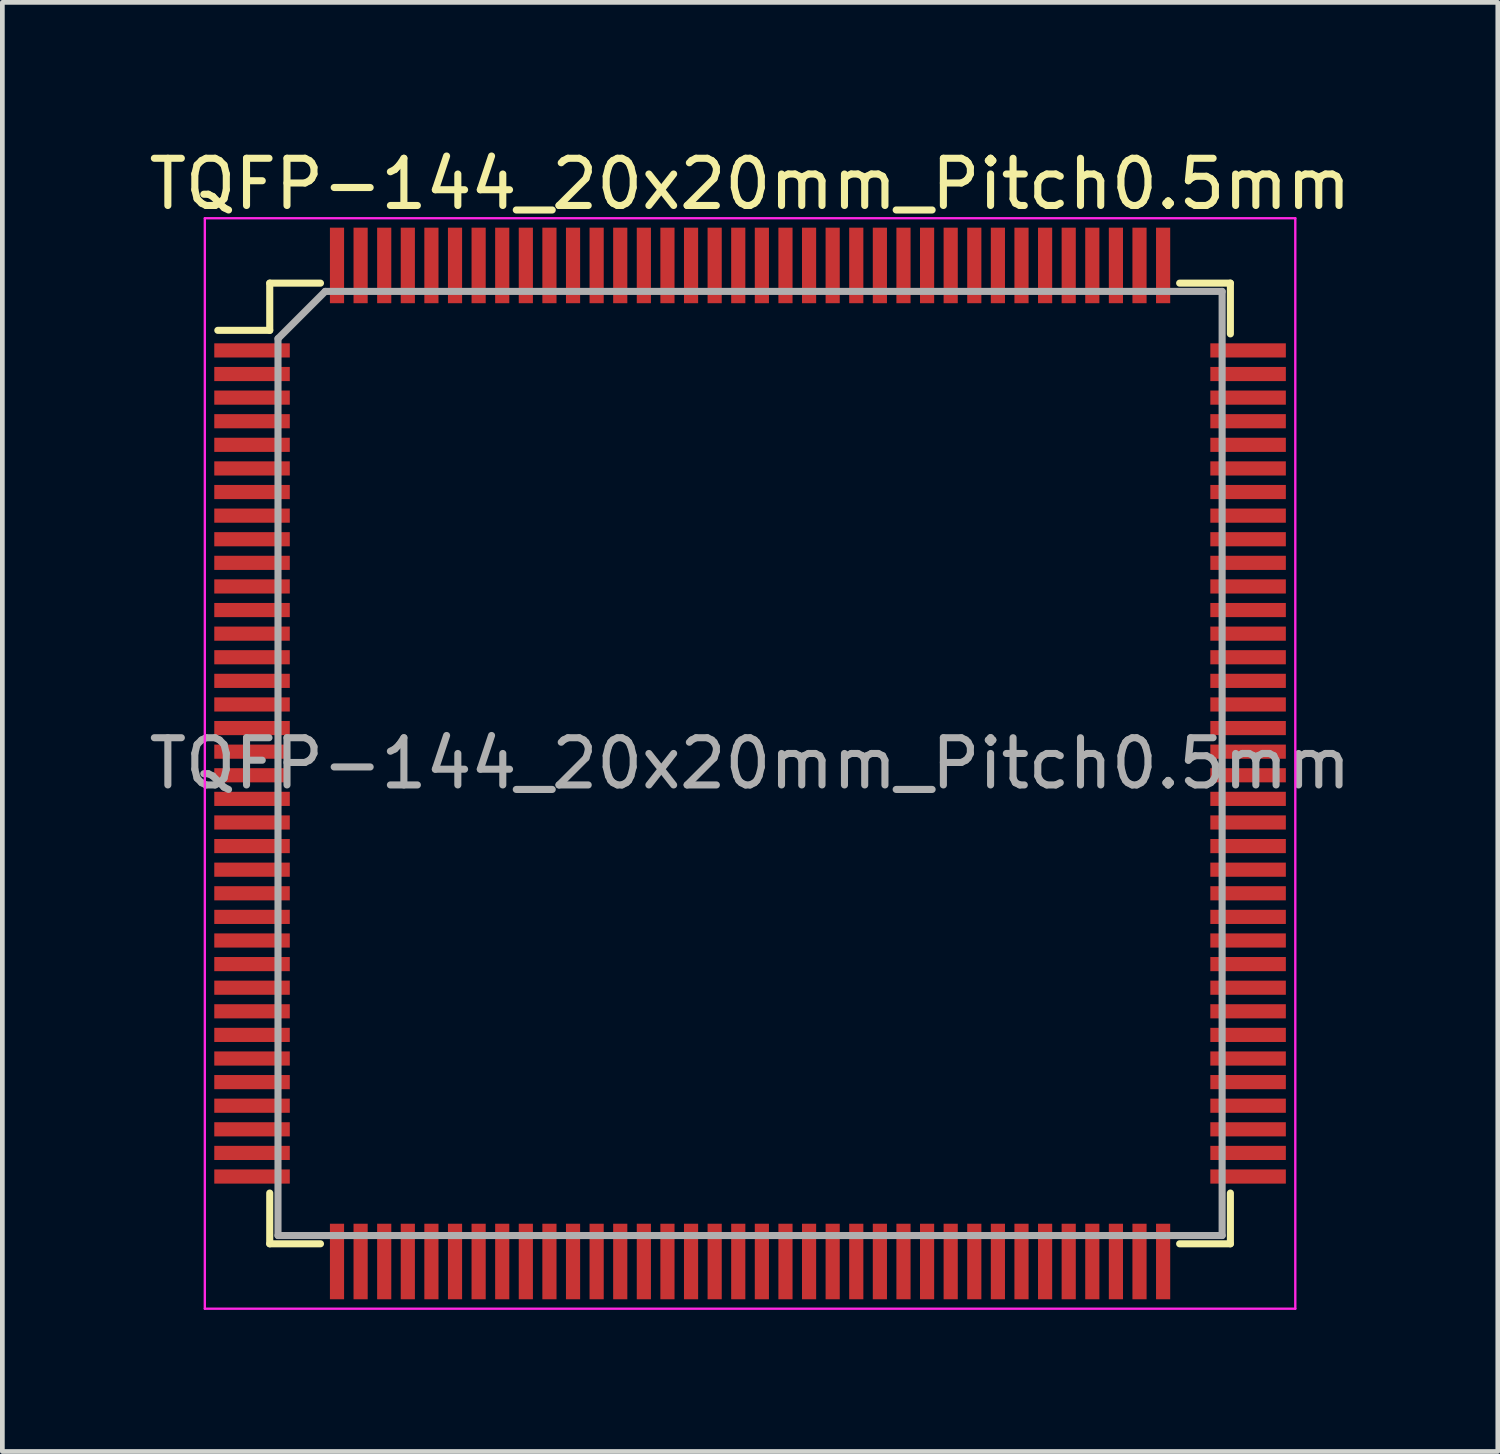
<source format=kicad_pcb>
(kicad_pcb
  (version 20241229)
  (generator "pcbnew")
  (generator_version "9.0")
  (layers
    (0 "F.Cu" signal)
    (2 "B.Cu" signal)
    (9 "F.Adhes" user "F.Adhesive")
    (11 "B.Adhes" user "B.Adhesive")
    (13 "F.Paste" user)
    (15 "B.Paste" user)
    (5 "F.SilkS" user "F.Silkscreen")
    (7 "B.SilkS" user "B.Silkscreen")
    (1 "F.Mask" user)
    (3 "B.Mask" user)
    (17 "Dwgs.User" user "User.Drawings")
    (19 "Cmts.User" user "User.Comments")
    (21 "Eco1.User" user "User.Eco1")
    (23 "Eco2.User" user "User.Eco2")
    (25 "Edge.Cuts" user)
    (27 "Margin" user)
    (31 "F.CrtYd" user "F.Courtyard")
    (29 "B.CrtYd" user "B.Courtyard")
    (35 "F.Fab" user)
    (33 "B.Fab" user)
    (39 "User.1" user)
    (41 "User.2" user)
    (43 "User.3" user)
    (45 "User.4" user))
  (footprint "TQFP-144_20x20mm_Pitch0.5mm"
    (layer "F.Cu")
    (at 12.839 13.123)
    (property "Reference" "TQFP-144_20x20mm_Pitch0.5mm" (at 0 -12.275 0) (layer "F.SilkS") (effects (font (size 1 1) (thickness 0.15))))
    (attr smd)
    (fp_line (start -10.175 -10.175) (end -10.175 -9.175) (stroke (width 0.15) (type solid)) (layer "F.SilkS"))
    (fp_line (start -10.175 -10.175) (end -9.1 -10.175) (stroke (width 0.15) (type solid)) (layer "F.SilkS"))
    (fp_line (start -10.175 -9.175) (end -11.275 -9.175) (stroke (width 0.15) (type solid)) (layer "F.SilkS"))
    (fp_line (start -10.175 10.175) (end -10.175 9.1) (stroke (width 0.15) (type solid)) (layer "F.SilkS"))
    (fp_line (start -10.175 10.175) (end -9.1 10.175) (stroke (width 0.15) (type solid)) (layer "F.SilkS"))
    (fp_line (start 10.175 -10.175) (end 9.1 -10.175) (stroke (width 0.15) (type solid)) (layer "F.SilkS"))
    (fp_line (start 10.175 -10.175) (end 10.175 -9.1) (stroke (width 0.15) (type solid)) (layer "F.SilkS"))
    (fp_line (start 10.175 10.175) (end 9.1 10.175) (stroke (width 0.15) (type solid)) (layer "F.SilkS"))
    (fp_line (start 10.175 10.175) (end 10.175 9.1) (stroke (width 0.15) (type solid)) (layer "F.SilkS"))
    (fp_line (start -11.55 -11.55) (end -11.55 11.55) (stroke (width 0.05) (type solid)) (layer "F.CrtYd"))
    (fp_line (start -11.55 -11.55) (end 11.55 -11.55) (stroke (width 0.05) (type solid)) (layer "F.CrtYd"))
    (fp_line (start -11.55 11.55) (end 11.55 11.55) (stroke (width 0.05) (type solid)) (layer "F.CrtYd"))
    (fp_line (start 11.55 -11.55) (end 11.55 11.55) (stroke (width 0.05) (type solid)) (layer "F.CrtYd"))
    (fp_line (start -10 -9) (end -9 -10) (stroke (width 0.15) (type solid)) (layer "F.Fab"))
    (fp_line (start -10 10) (end -10 -9) (stroke (width 0.15) (type solid)) (layer "F.Fab"))
    (fp_line (start -9 -10) (end 10 -10) (stroke (width 0.15) (type solid)) (layer "F.Fab"))
    (fp_line (start 10 -10) (end 10 10) (stroke (width 0.15) (type solid)) (layer "F.Fab"))
    (fp_line (start 10 10) (end -10 10) (stroke (width 0.15) (type solid)) (layer "F.Fab"))
    (fp_text user "${REFERENCE}" (at 0 0 0) (layer "F.Fab") (effects (font (size 1 1) (thickness 0.15))))
    (pad "1" smd rect (at -10.55 -8.75) (size 1.6 0.3) (layers "F.Cu" "F.Mask" "F.Paste"))
    (pad "2" smd rect (at -10.55 -8.25) (size 1.6 0.3) (layers "F.Cu" "F.Mask" "F.Paste"))
    (pad "3" smd rect (at -10.55 -7.75) (size 1.6 0.3) (layers "F.Cu" "F.Mask" "F.Paste"))
    (pad "4" smd rect (at -10.55 -7.25) (size 1.6 0.3) (layers "F.Cu" "F.Mask" "F.Paste"))
    (pad "5" smd rect (at -10.55 -6.75) (size 1.6 0.3) (layers "F.Cu" "F.Mask" "F.Paste"))
    (pad "6" smd rect (at -10.55 -6.25) (size 1.6 0.3) (layers "F.Cu" "F.Mask" "F.Paste"))
    (pad "7" smd rect (at -10.55 -5.75) (size 1.6 0.3) (layers "F.Cu" "F.Mask" "F.Paste"))
    (pad "8" smd rect (at -10.55 -5.25) (size 1.6 0.3) (layers "F.Cu" "F.Mask" "F.Paste"))
    (pad "9" smd rect (at -10.55 -4.75) (size 1.6 0.3) (layers "F.Cu" "F.Mask" "F.Paste"))
    (pad "10" smd rect (at -10.55 -4.25) (size 1.6 0.3) (layers "F.Cu" "F.Mask" "F.Paste"))
    (pad "11" smd rect (at -10.55 -3.75) (size 1.6 0.3) (layers "F.Cu" "F.Mask" "F.Paste"))
    (pad "12" smd rect (at -10.55 -3.25) (size 1.6 0.3) (layers "F.Cu" "F.Mask" "F.Paste"))
    (pad "13" smd rect (at -10.55 -2.75) (size 1.6 0.3) (layers "F.Cu" "F.Mask" "F.Paste"))
    (pad "14" smd rect (at -10.55 -2.25) (size 1.6 0.3) (layers "F.Cu" "F.Mask" "F.Paste"))
    (pad "15" smd rect (at -10.55 -1.75) (size 1.6 0.3) (layers "F.Cu" "F.Mask" "F.Paste"))
    (pad "16" smd rect (at -10.55 -1.25) (size 1.6 0.3) (layers "F.Cu" "F.Mask" "F.Paste"))
    (pad "17" smd rect (at -10.55 -0.75) (size 1.6 0.3) (layers "F.Cu" "F.Mask" "F.Paste"))
    (pad "18" smd rect (at -10.55 -0.25) (size 1.6 0.3) (layers "F.Cu" "F.Mask" "F.Paste"))
    (pad "19" smd rect (at -10.55 0.25) (size 1.6 0.3) (layers "F.Cu" "F.Mask" "F.Paste"))
    (pad "20" smd rect (at -10.55 0.75) (size 1.6 0.3) (layers "F.Cu" "F.Mask" "F.Paste"))
    (pad "21" smd rect (at -10.55 1.25) (size 1.6 0.3) (layers "F.Cu" "F.Mask" "F.Paste"))
    (pad "22" smd rect (at -10.55 1.75) (size 1.6 0.3) (layers "F.Cu" "F.Mask" "F.Paste"))
    (pad "23" smd rect (at -10.55 2.25) (size 1.6 0.3) (layers "F.Cu" "F.Mask" "F.Paste"))
    (pad "24" smd rect (at -10.55 2.75) (size 1.6 0.3) (layers "F.Cu" "F.Mask" "F.Paste"))
    (pad "25" smd rect (at -10.55 3.25) (size 1.6 0.3) (layers "F.Cu" "F.Mask" "F.Paste"))
    (pad "26" smd rect (at -10.55 3.75) (size 1.6 0.3) (layers "F.Cu" "F.Mask" "F.Paste"))
    (pad "27" smd rect (at -10.55 4.25) (size 1.6 0.3) (layers "F.Cu" "F.Mask" "F.Paste"))
    (pad "28" smd rect (at -10.55 4.75) (size 1.6 0.3) (layers "F.Cu" "F.Mask" "F.Paste"))
    (pad "29" smd rect (at -10.55 5.25) (size 1.6 0.3) (layers "F.Cu" "F.Mask" "F.Paste"))
    (pad "30" smd rect (at -10.55 5.75) (size 1.6 0.3) (layers "F.Cu" "F.Mask" "F.Paste"))
    (pad "31" smd rect (at -10.55 6.25) (size 1.6 0.3) (layers "F.Cu" "F.Mask" "F.Paste"))
    (pad "32" smd rect (at -10.55 6.75) (size 1.6 0.3) (layers "F.Cu" "F.Mask" "F.Paste"))
    (pad "33" smd rect (at -10.55 7.25) (size 1.6 0.3) (layers "F.Cu" "F.Mask" "F.Paste"))
    (pad "34" smd rect (at -10.55 7.75) (size 1.6 0.3) (layers "F.Cu" "F.Mask" "F.Paste"))
    (pad "35" smd rect (at -10.55 8.25) (size 1.6 0.3) (layers "F.Cu" "F.Mask" "F.Paste"))
    (pad "36" smd rect (at -10.55 8.75) (size 1.6 0.3) (layers "F.Cu" "F.Mask" "F.Paste"))
    (pad "37" smd rect (at -8.75 10.55 90) (size 1.6 0.3) (layers "F.Cu" "F.Mask" "F.Paste"))
    (pad "38" smd rect (at -8.25 10.55 90) (size 1.6 0.3) (layers "F.Cu" "F.Mask" "F.Paste"))
    (pad "39" smd rect (at -7.75 10.55 90) (size 1.6 0.3) (layers "F.Cu" "F.Mask" "F.Paste"))
    (pad "40" smd rect (at -7.25 10.55 90) (size 1.6 0.3) (layers "F.Cu" "F.Mask" "F.Paste"))
    (pad "41" smd rect (at -6.75 10.55 90) (size 1.6 0.3) (layers "F.Cu" "F.Mask" "F.Paste"))
    (pad "42" smd rect (at -6.25 10.55 90) (size 1.6 0.3) (layers "F.Cu" "F.Mask" "F.Paste"))
    (pad "43" smd rect (at -5.75 10.55 90) (size 1.6 0.3) (layers "F.Cu" "F.Mask" "F.Paste"))
    (pad "44" smd rect (at -5.25 10.55 90) (size 1.6 0.3) (layers "F.Cu" "F.Mask" "F.Paste"))
    (pad "45" smd rect (at -4.75 10.55 90) (size 1.6 0.3) (layers "F.Cu" "F.Mask" "F.Paste"))
    (pad "46" smd rect (at -4.25 10.55 90) (size 1.6 0.3) (layers "F.Cu" "F.Mask" "F.Paste"))
    (pad "47" smd rect (at -3.75 10.55 90) (size 1.6 0.3) (layers "F.Cu" "F.Mask" "F.Paste"))
    (pad "48" smd rect (at -3.25 10.55 90) (size 1.6 0.3) (layers "F.Cu" "F.Mask" "F.Paste"))
    (pad "49" smd rect (at -2.75 10.55 90) (size 1.6 0.3) (layers "F.Cu" "F.Mask" "F.Paste"))
    (pad "50" smd rect (at -2.25 10.55 90) (size 1.6 0.3) (layers "F.Cu" "F.Mask" "F.Paste"))
    (pad "51" smd rect (at -1.75 10.55 90) (size 1.6 0.3) (layers "F.Cu" "F.Mask" "F.Paste"))
    (pad "52" smd rect (at -1.25 10.55 90) (size 1.6 0.3) (layers "F.Cu" "F.Mask" "F.Paste"))
    (pad "53" smd rect (at -0.75 10.55 90) (size 1.6 0.3) (layers "F.Cu" "F.Mask" "F.Paste"))
    (pad "54" smd rect (at -0.25 10.55 90) (size 1.6 0.3) (layers "F.Cu" "F.Mask" "F.Paste"))
    (pad "55" smd rect (at 0.25 10.55 90) (size 1.6 0.3) (layers "F.Cu" "F.Mask" "F.Paste"))
    (pad "56" smd rect (at 0.75 10.55 90) (size 1.6 0.3) (layers "F.Cu" "F.Mask" "F.Paste"))
    (pad "57" smd rect (at 1.25 10.55 90) (size 1.6 0.3) (layers "F.Cu" "F.Mask" "F.Paste"))
    (pad "58" smd rect (at 1.75 10.55 90) (size 1.6 0.3) (layers "F.Cu" "F.Mask" "F.Paste"))
    (pad "59" smd rect (at 2.25 10.55 90) (size 1.6 0.3) (layers "F.Cu" "F.Mask" "F.Paste"))
    (pad "60" smd rect (at 2.75 10.55 90) (size 1.6 0.3) (layers "F.Cu" "F.Mask" "F.Paste"))
    (pad "61" smd rect (at 3.25 10.55 90) (size 1.6 0.3) (layers "F.Cu" "F.Mask" "F.Paste"))
    (pad "62" smd rect (at 3.75 10.55 90) (size 1.6 0.3) (layers "F.Cu" "F.Mask" "F.Paste"))
    (pad "63" smd rect (at 4.25 10.55 90) (size 1.6 0.3) (layers "F.Cu" "F.Mask" "F.Paste"))
    (pad "64" smd rect (at 4.75 10.55 90) (size 1.6 0.3) (layers "F.Cu" "F.Mask" "F.Paste"))
    (pad "65" smd rect (at 5.25 10.55 90) (size 1.6 0.3) (layers "F.Cu" "F.Mask" "F.Paste"))
    (pad "66" smd rect (at 5.75 10.55 90) (size 1.6 0.3) (layers "F.Cu" "F.Mask" "F.Paste"))
    (pad "67" smd rect (at 6.25 10.55 90) (size 1.6 0.3) (layers "F.Cu" "F.Mask" "F.Paste"))
    (pad "68" smd rect (at 6.75 10.55 90) (size 1.6 0.3) (layers "F.Cu" "F.Mask" "F.Paste"))
    (pad "69" smd rect (at 7.25 10.55 90) (size 1.6 0.3) (layers "F.Cu" "F.Mask" "F.Paste"))
    (pad "70" smd rect (at 7.75 10.55 90) (size 1.6 0.3) (layers "F.Cu" "F.Mask" "F.Paste"))
    (pad "71" smd rect (at 8.25 10.55 90) (size 1.6 0.3) (layers "F.Cu" "F.Mask" "F.Paste"))
    (pad "72" smd rect (at 8.75 10.55 90) (size 1.6 0.3) (layers "F.Cu" "F.Mask" "F.Paste"))
    (pad "73" smd rect (at 10.55 8.75) (size 1.6 0.3) (layers "F.Cu" "F.Mask" "F.Paste"))
    (pad "74" smd rect (at 10.55 8.25) (size 1.6 0.3) (layers "F.Cu" "F.Mask" "F.Paste"))
    (pad "75" smd rect (at 10.55 7.75) (size 1.6 0.3) (layers "F.Cu" "F.Mask" "F.Paste"))
    (pad "76" smd rect (at 10.55 7.25) (size 1.6 0.3) (layers "F.Cu" "F.Mask" "F.Paste"))
    (pad "77" smd rect (at 10.55 6.75) (size 1.6 0.3) (layers "F.Cu" "F.Mask" "F.Paste"))
    (pad "78" smd rect (at 10.55 6.25) (size 1.6 0.3) (layers "F.Cu" "F.Mask" "F.Paste"))
    (pad "79" smd rect (at 10.55 5.75) (size 1.6 0.3) (layers "F.Cu" "F.Mask" "F.Paste"))
    (pad "80" smd rect (at 10.55 5.25) (size 1.6 0.3) (layers "F.Cu" "F.Mask" "F.Paste"))
    (pad "81" smd rect (at 10.55 4.75) (size 1.6 0.3) (layers "F.Cu" "F.Mask" "F.Paste"))
    (pad "82" smd rect (at 10.55 4.25) (size 1.6 0.3) (layers "F.Cu" "F.Mask" "F.Paste"))
    (pad "83" smd rect (at 10.55 3.75) (size 1.6 0.3) (layers "F.Cu" "F.Mask" "F.Paste"))
    (pad "84" smd rect (at 10.55 3.25) (size 1.6 0.3) (layers "F.Cu" "F.Mask" "F.Paste"))
    (pad "85" smd rect (at 10.55 2.75) (size 1.6 0.3) (layers "F.Cu" "F.Mask" "F.Paste"))
    (pad "86" smd rect (at 10.55 2.25) (size 1.6 0.3) (layers "F.Cu" "F.Mask" "F.Paste"))
    (pad "87" smd rect (at 10.55 1.75) (size 1.6 0.3) (layers "F.Cu" "F.Mask" "F.Paste"))
    (pad "88" smd rect (at 10.55 1.25) (size 1.6 0.3) (layers "F.Cu" "F.Mask" "F.Paste"))
    (pad "89" smd rect (at 10.55 0.75) (size 1.6 0.3) (layers "F.Cu" "F.Mask" "F.Paste"))
    (pad "90" smd rect (at 10.55 0.25) (size 1.6 0.3) (layers "F.Cu" "F.Mask" "F.Paste"))
    (pad "91" smd rect (at 10.55 -0.25) (size 1.6 0.3) (layers "F.Cu" "F.Mask" "F.Paste"))
    (pad "92" smd rect (at 10.55 -0.75) (size 1.6 0.3) (layers "F.Cu" "F.Mask" "F.Paste"))
    (pad "93" smd rect (at 10.55 -1.25) (size 1.6 0.3) (layers "F.Cu" "F.Mask" "F.Paste"))
    (pad "94" smd rect (at 10.55 -1.75) (size 1.6 0.3) (layers "F.Cu" "F.Mask" "F.Paste"))
    (pad "95" smd rect (at 10.55 -2.25) (size 1.6 0.3) (layers "F.Cu" "F.Mask" "F.Paste"))
    (pad "96" smd rect (at 10.55 -2.75) (size 1.6 0.3) (layers "F.Cu" "F.Mask" "F.Paste"))
    (pad "97" smd rect (at 10.55 -3.25) (size 1.6 0.3) (layers "F.Cu" "F.Mask" "F.Paste"))
    (pad "98" smd rect (at 10.55 -3.75) (size 1.6 0.3) (layers "F.Cu" "F.Mask" "F.Paste"))
    (pad "99" smd rect (at 10.55 -4.25) (size 1.6 0.3) (layers "F.Cu" "F.Mask" "F.Paste"))
    (pad "100" smd rect (at 10.55 -4.75) (size 1.6 0.3) (layers "F.Cu" "F.Mask" "F.Paste"))
    (pad "101" smd rect (at 10.55 -5.25) (size 1.6 0.3) (layers "F.Cu" "F.Mask" "F.Paste"))
    (pad "102" smd rect (at 10.55 -5.75) (size 1.6 0.3) (layers "F.Cu" "F.Mask" "F.Paste"))
    (pad "103" smd rect (at 10.55 -6.25) (size 1.6 0.3) (layers "F.Cu" "F.Mask" "F.Paste"))
    (pad "104" smd rect (at 10.55 -6.75) (size 1.6 0.3) (layers "F.Cu" "F.Mask" "F.Paste"))
    (pad "105" smd rect (at 10.55 -7.25) (size 1.6 0.3) (layers "F.Cu" "F.Mask" "F.Paste"))
    (pad "106" smd rect (at 10.55 -7.75) (size 1.6 0.3) (layers "F.Cu" "F.Mask" "F.Paste"))
    (pad "107" smd rect (at 10.55 -8.25) (size 1.6 0.3) (layers "F.Cu" "F.Mask" "F.Paste"))
    (pad "108" smd rect (at 10.55 -8.75) (size 1.6 0.3) (layers "F.Cu" "F.Mask" "F.Paste"))
    (pad "109" smd rect (at 8.75 -10.55 90) (size 1.6 0.3) (layers "F.Cu" "F.Mask" "F.Paste"))
    (pad "110" smd rect (at 8.25 -10.55 90) (size 1.6 0.3) (layers "F.Cu" "F.Mask" "F.Paste"))
    (pad "111" smd rect (at 7.75 -10.55 90) (size 1.6 0.3) (layers "F.Cu" "F.Mask" "F.Paste"))
    (pad "112" smd rect (at 7.25 -10.55 90) (size 1.6 0.3) (layers "F.Cu" "F.Mask" "F.Paste"))
    (pad "113" smd rect (at 6.75 -10.55 90) (size 1.6 0.3) (layers "F.Cu" "F.Mask" "F.Paste"))
    (pad "114" smd rect (at 6.25 -10.55 90) (size 1.6 0.3) (layers "F.Cu" "F.Mask" "F.Paste"))
    (pad "115" smd rect (at 5.75 -10.55 90) (size 1.6 0.3) (layers "F.Cu" "F.Mask" "F.Paste"))
    (pad "116" smd rect (at 5.25 -10.55 90) (size 1.6 0.3) (layers "F.Cu" "F.Mask" "F.Paste"))
    (pad "117" smd rect (at 4.75 -10.55 90) (size 1.6 0.3) (layers "F.Cu" "F.Mask" "F.Paste"))
    (pad "118" smd rect (at 4.25 -10.55 90) (size 1.6 0.3) (layers "F.Cu" "F.Mask" "F.Paste"))
    (pad "119" smd rect (at 3.75 -10.55 90) (size 1.6 0.3) (layers "F.Cu" "F.Mask" "F.Paste"))
    (pad "120" smd rect (at 3.25 -10.55 90) (size 1.6 0.3) (layers "F.Cu" "F.Mask" "F.Paste"))
    (pad "121" smd rect (at 2.75 -10.55 90) (size 1.6 0.3) (layers "F.Cu" "F.Mask" "F.Paste"))
    (pad "122" smd rect (at 2.25 -10.55 90) (size 1.6 0.3) (layers "F.Cu" "F.Mask" "F.Paste"))
    (pad "123" smd rect (at 1.75 -10.55 90) (size 1.6 0.3) (layers "F.Cu" "F.Mask" "F.Paste"))
    (pad "124" smd rect (at 1.25 -10.55 90) (size 1.6 0.3) (layers "F.Cu" "F.Mask" "F.Paste"))
    (pad "125" smd rect (at 0.75 -10.55 90) (size 1.6 0.3) (layers "F.Cu" "F.Mask" "F.Paste"))
    (pad "126" smd rect (at 0.25 -10.55 90) (size 1.6 0.3) (layers "F.Cu" "F.Mask" "F.Paste"))
    (pad "127" smd rect (at -0.25 -10.55 90) (size 1.6 0.3) (layers "F.Cu" "F.Mask" "F.Paste"))
    (pad "128" smd rect (at -0.75 -10.55 90) (size 1.6 0.3) (layers "F.Cu" "F.Mask" "F.Paste"))
    (pad "129" smd rect (at -1.25 -10.55 90) (size 1.6 0.3) (layers "F.Cu" "F.Mask" "F.Paste"))
    (pad "130" smd rect (at -1.75 -10.55 90) (size 1.6 0.3) (layers "F.Cu" "F.Mask" "F.Paste"))
    (pad "131" smd rect (at -2.25 -10.55 90) (size 1.6 0.3) (layers "F.Cu" "F.Mask" "F.Paste"))
    (pad "132" smd rect (at -2.75 -10.55 90) (size 1.6 0.3) (layers "F.Cu" "F.Mask" "F.Paste"))
    (pad "133" smd rect (at -3.25 -10.55 90) (size 1.6 0.3) (layers "F.Cu" "F.Mask" "F.Paste"))
    (pad "134" smd rect (at -3.75 -10.55 90) (size 1.6 0.3) (layers "F.Cu" "F.Mask" "F.Paste"))
    (pad "135" smd rect (at -4.25 -10.55 90) (size 1.6 0.3) (layers "F.Cu" "F.Mask" "F.Paste"))
    (pad "136" smd rect (at -4.75 -10.55 90) (size 1.6 0.3) (layers "F.Cu" "F.Mask" "F.Paste"))
    (pad "137" smd rect (at -5.25 -10.55 90) (size 1.6 0.3) (layers "F.Cu" "F.Mask" "F.Paste"))
    (pad "138" smd rect (at -5.75 -10.55 90) (size 1.6 0.3) (layers "F.Cu" "F.Mask" "F.Paste"))
    (pad "139" smd rect (at -6.25 -10.55 90) (size 1.6 0.3) (layers "F.Cu" "F.Mask" "F.Paste"))
    (pad "140" smd rect (at -6.75 -10.55 90) (size 1.6 0.3) (layers "F.Cu" "F.Mask" "F.Paste"))
    (pad "141" smd rect (at -7.25 -10.55 90) (size 1.6 0.3) (layers "F.Cu" "F.Mask" "F.Paste"))
    (pad "142" smd rect (at -7.75 -10.55 90) (size 1.6 0.3) (layers "F.Cu" "F.Mask" "F.Paste"))
    (pad "143" smd rect (at -8.25 -10.55 90) (size 1.6 0.3) (layers "F.Cu" "F.Mask" "F.Paste"))
    (pad "144" smd rect (at -8.75 -10.55 90) (size 1.6 0.3) (layers "F.Cu" "F.Mask" "F.Paste")))
  (gr_rect
    (start -3 -3)
    (end 28.679 27.698)
    (stroke (width 0.1) (type default))
    (fill no)
    (layer "Edge.Cuts")))
</source>
